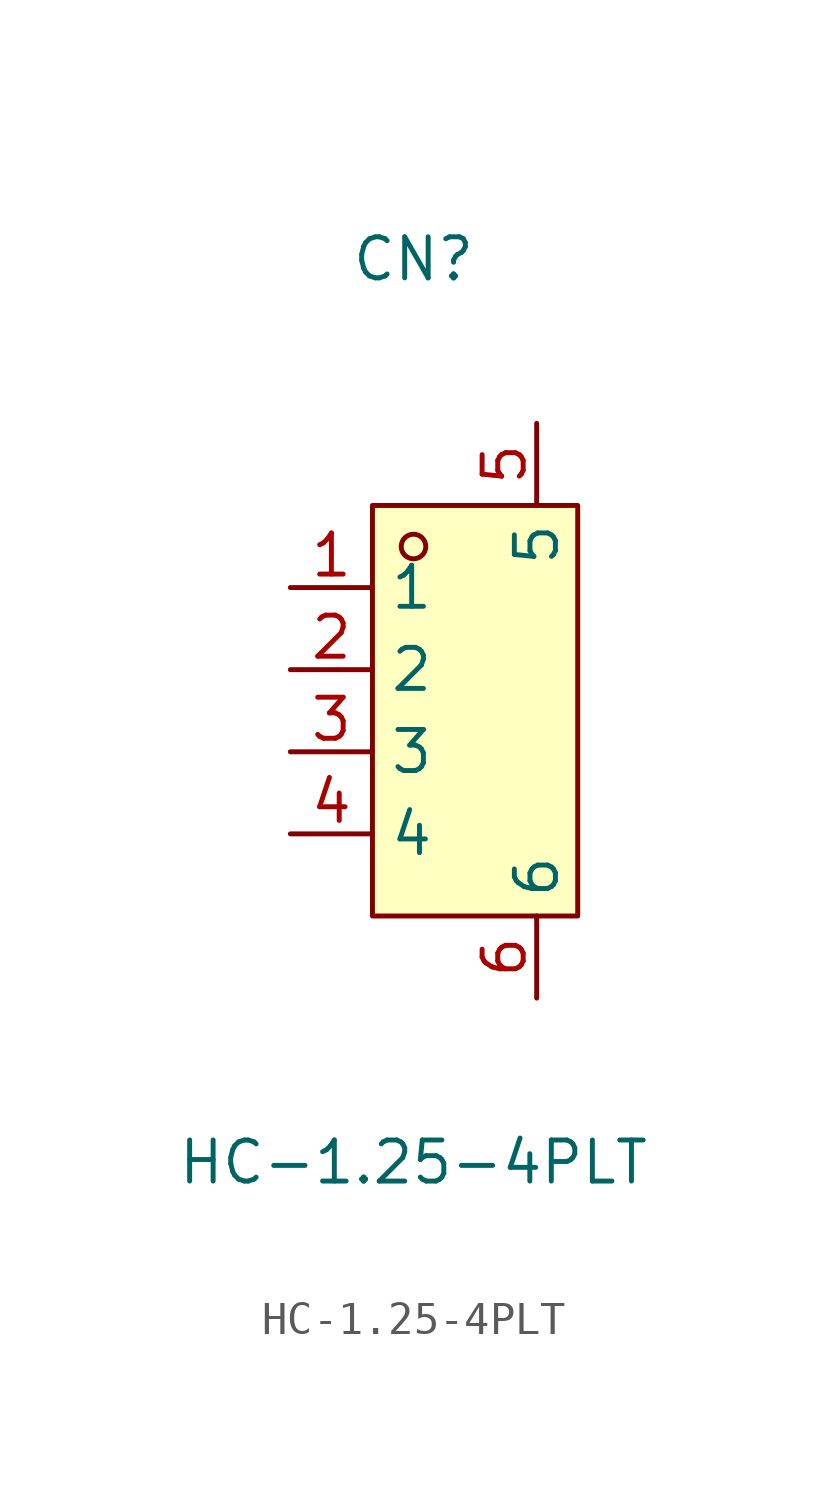
<source format=kicad_sym>
(kicad_symbol_lib
  (version 20211014)
  (generator https://github.com/uPesy/easyeda2kicad.py)
  (symbol "HC-1.25-4PLT"
    (property "Reference" "CN"
      (at 0 13.97 0)
      (effects (font (size 1.27 1.27))))
    (property "Value" "HC-1.25-4PLT"
      (at 0 -13.97 0)
      (effects (font (size 1.27 1.27))))
    (symbol "HC-1.25-4PLT_0_1"
      (rectangle (start -1.27 6.35) (end 5.08 -6.35) (stroke (width 0) (type default) (color 0 0 0 0)) (fill (type background)))
      (circle (center 0.00 5.08) (radius 0.38) (stroke (width 0) (type default) (color 0 0 0 0)) (fill (type none)))
      (pin unspecified line (at -3.81 3.81 0) (length 2.54) (name "1" (effects (font (size 1.27 1.27)))) (number "1" (effects (font (size 1.27 1.27)))))
      (pin unspecified line (at -3.81 1.27 0) (length 2.54) (name "2" (effects (font (size 1.27 1.27)))) (number "2" (effects (font (size 1.27 1.27)))))
      (pin unspecified line (at -3.81 -1.27 0) (length 2.54) (name "3" (effects (font (size 1.27 1.27)))) (number "3" (effects (font (size 1.27 1.27)))))
      (pin unspecified line (at -3.81 -3.81 0) (length 2.54) (name "4" (effects (font (size 1.27 1.27)))) (number "4" (effects (font (size 1.27 1.27)))))
      (pin unspecified line (at 3.81 -8.89 90) (length 2.54) (name "6" (effects (font (size 1.27 1.27)))) (number "6" (effects (font (size 1.27 1.27)))))
      (pin unspecified line (at 3.81 8.89 270) (length 2.54) (name "5" (effects (font (size 1.27 1.27)))) (number "5" (effects (font (size 1.27 1.27))))))))
</source>
